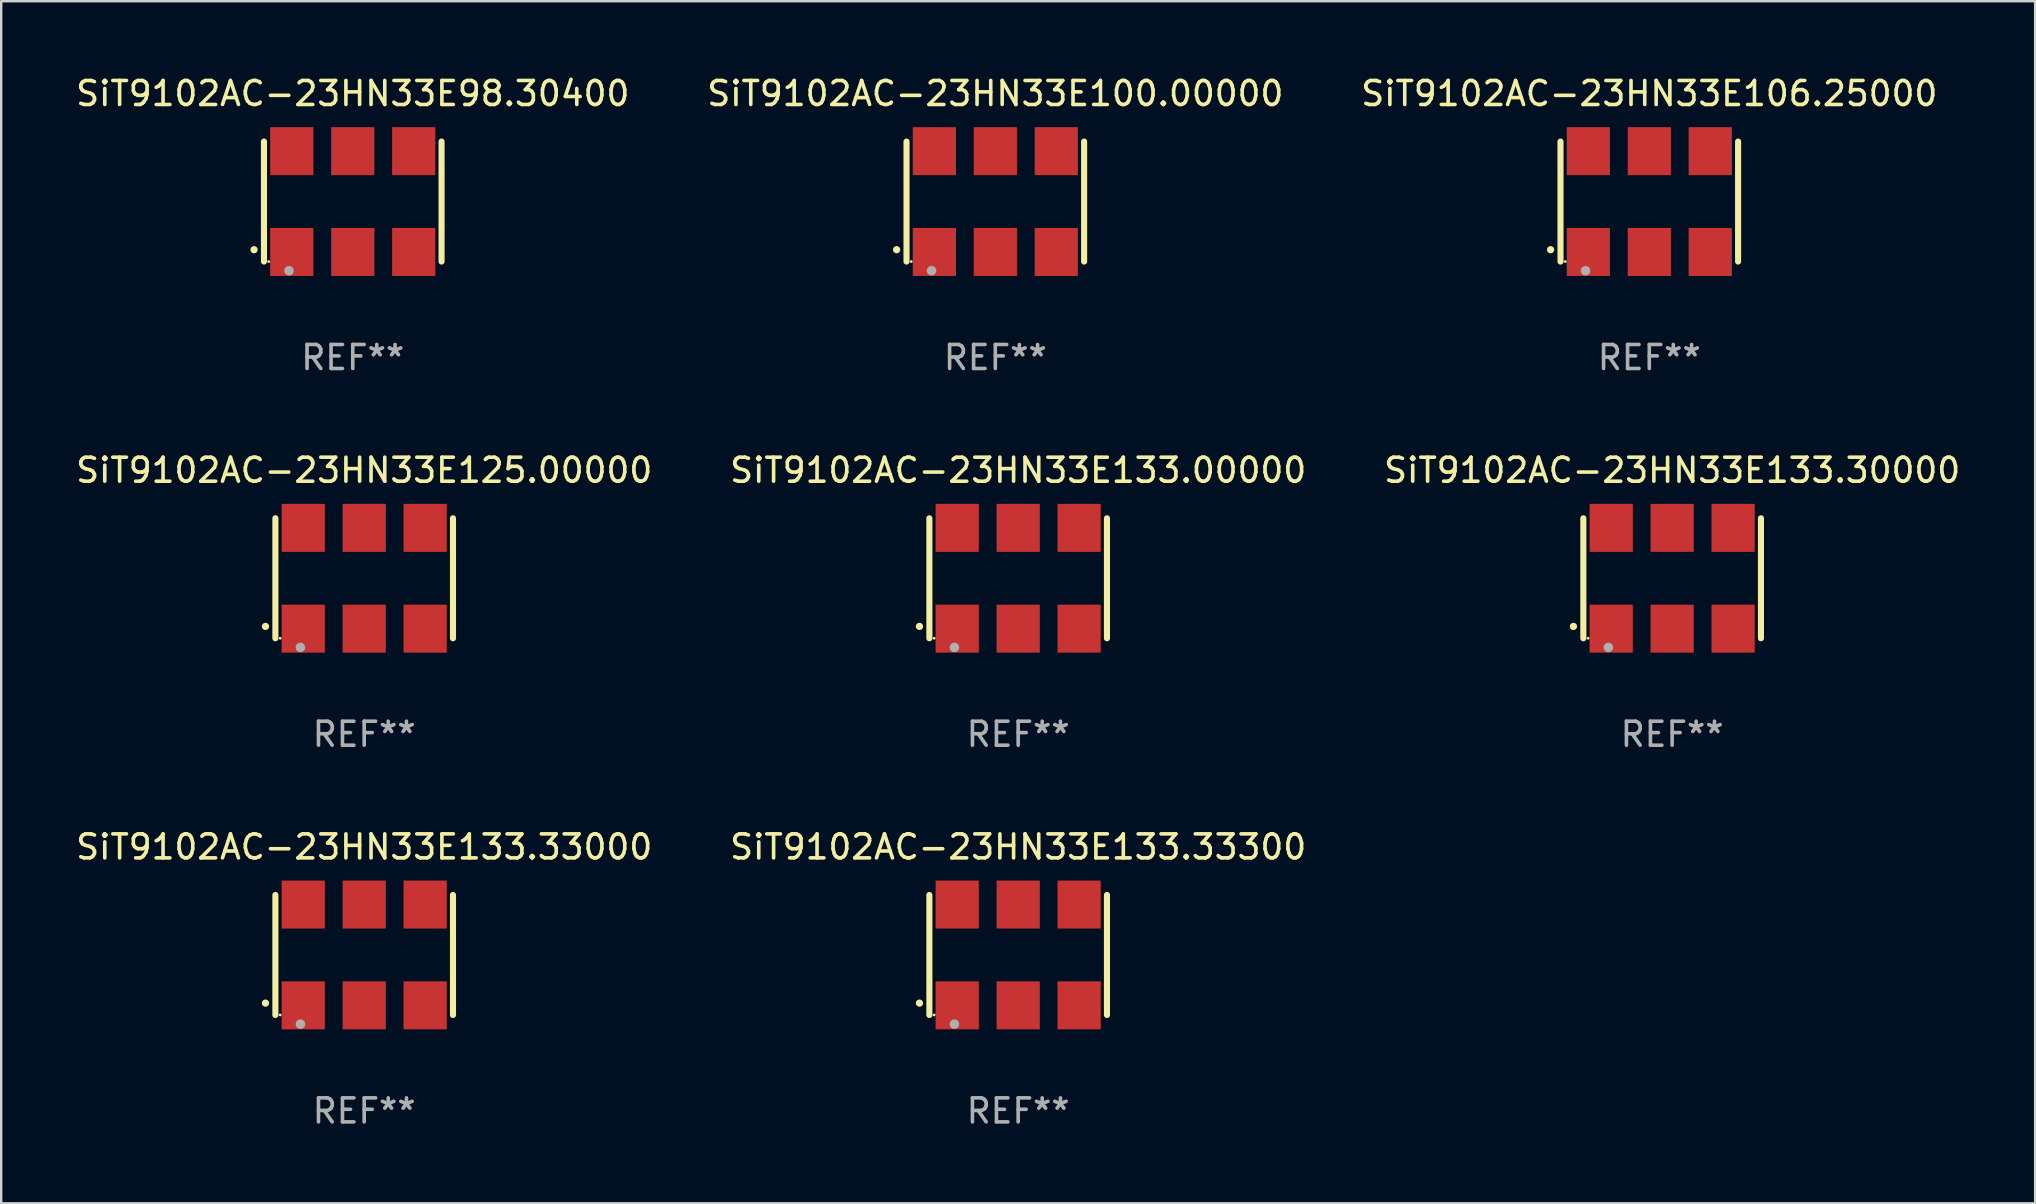
<source format=kicad_pcb>
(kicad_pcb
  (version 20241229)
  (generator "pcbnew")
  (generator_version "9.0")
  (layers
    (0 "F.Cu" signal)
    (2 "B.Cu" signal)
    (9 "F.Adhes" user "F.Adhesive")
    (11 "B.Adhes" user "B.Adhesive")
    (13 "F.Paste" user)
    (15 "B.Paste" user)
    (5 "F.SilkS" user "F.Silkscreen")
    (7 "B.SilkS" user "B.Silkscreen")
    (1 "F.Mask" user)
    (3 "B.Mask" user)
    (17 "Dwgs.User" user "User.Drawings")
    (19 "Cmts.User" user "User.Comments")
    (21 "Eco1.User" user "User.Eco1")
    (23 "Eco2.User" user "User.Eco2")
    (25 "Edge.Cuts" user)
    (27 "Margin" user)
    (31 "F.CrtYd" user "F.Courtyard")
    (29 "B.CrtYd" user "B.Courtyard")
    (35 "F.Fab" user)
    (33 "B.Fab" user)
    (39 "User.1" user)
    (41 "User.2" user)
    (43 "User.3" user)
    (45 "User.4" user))
  (footprint "SiT9102AC-23HN33E133.30000"
    (layer "F.Cu")
    (at 66.625 21.045)
    (property "Reference" "SiT9102AC-23HN33E133.30000" (at 0 -4.5 0) (layer "F.SilkS") (effects (font (size 1 1) (thickness 0.15))))
    (attr through_hole)
    (fp_line (start -3.7 -2.5) (end -3.7 2.5) (stroke (width 0.254) (type solid)) (layer "F.SilkS"))
    (fp_line (start 3.7 -2.5) (end 3.7 2.5) (stroke (width 0.254) (type solid)) (layer "F.SilkS"))
    (fp_arc (start -4.114415 2.006604) (mid -4.113145 2.006599) (end -4.111875 2.006604) (stroke (width 0.3) (type solid)) (layer "F.SilkS"))
    (fp_circle (center -3.502 2.5) (end -3.472 2.5) (stroke (width 0.06) (type solid)) (fill no) (layer "F.SilkS"))
    (fp_circle (center -2.657 2.882) (end -2.557 2.882) (stroke (width 0.2) (type solid)) (fill no) (layer "F.Fab"))
    (fp_text user "REF**" (at 0 6.5 0) (layer "F.Fab") (effects (font (size 1 1) (thickness 0.15))))
    (pad "1" smd rect (at -2.54 2.1) (size 1.8 2) (layers "F.Cu" "F.Mask" "F.Paste"))
    (pad "2" smd rect (at 0.000394 2.1) (size 1.8 2) (layers "F.Cu" "F.Mask" "F.Paste"))
    (pad "3" smd rect (at 2.54 2.1) (size 1.8 2) (layers "F.Cu" "F.Mask" "F.Paste"))
    (pad "4" smd rect (at 2.54 -2.1) (size 1.8 2) (layers "F.Cu" "F.Mask" "F.Paste"))
    (pad "5" smd rect (at 0.000394 -2.1) (size 1.8 2) (layers "F.Cu" "F.Mask" "F.Paste"))
    (pad "6" smd rect (at -2.54 -2.1) (size 1.8 2) (layers "F.Cu" "F.Mask" "F.Paste")))
  (footprint "SiT9102AC-23HN33E100.00000"
    (layer "F.Cu")
    (at 38.423 5.348)
    (property "Reference" "SiT9102AC-23HN33E100.00000" (at 0 -4.5 0) (layer "F.SilkS") (effects (font (size 1 1) (thickness 0.15))))
    (attr through_hole)
    (fp_line (start -3.7 -2.5) (end -3.7 2.5) (stroke (width 0.254) (type solid)) (layer "F.SilkS"))
    (fp_line (start 3.7 -2.5) (end 3.7 2.5) (stroke (width 0.254) (type solid)) (layer "F.SilkS"))
    (fp_arc (start -4.114415 2.006604) (mid -4.113145 2.006599) (end -4.111875 2.006604) (stroke (width 0.3) (type solid)) (layer "F.SilkS"))
    (fp_circle (center -3.502 2.5) (end -3.472 2.5) (stroke (width 0.06) (type solid)) (fill no) (layer "F.SilkS"))
    (fp_circle (center -2.657 2.882) (end -2.557 2.882) (stroke (width 0.2) (type solid)) (fill no) (layer "F.Fab"))
    (fp_text user "REF**" (at 0 6.5 0) (layer "F.Fab") (effects (font (size 1 1) (thickness 0.15))))
    (pad "1" smd rect (at -2.54 2.1) (size 1.8 2) (layers "F.Cu" "F.Mask" "F.Paste"))
    (pad "2" smd rect (at 0.000394 2.1) (size 1.8 2) (layers "F.Cu" "F.Mask" "F.Paste"))
    (pad "3" smd rect (at 2.54 2.1) (size 1.8 2) (layers "F.Cu" "F.Mask" "F.Paste"))
    (pad "4" smd rect (at 2.54 -2.1) (size 1.8 2) (layers "F.Cu" "F.Mask" "F.Paste"))
    (pad "5" smd rect (at 0.000394 -2.1) (size 1.8 2) (layers "F.Cu" "F.Mask" "F.Paste"))
    (pad "6" smd rect (at -2.54 -2.1) (size 1.8 2) (layers "F.Cu" "F.Mask" "F.Paste")))
  (footprint "SiT9102AC-23HN33E98.30400"
    (layer "F.Cu")
    (at 11.649 5.348)
    (property "Reference" "SiT9102AC-23HN33E98.30400" (at 0 -4.5 0) (layer "F.SilkS") (effects (font (size 1 1) (thickness 0.15))))
    (attr through_hole)
    (fp_line (start -3.7 -2.5) (end -3.7 2.5) (stroke (width 0.254) (type solid)) (layer "F.SilkS"))
    (fp_line (start 3.7 -2.5) (end 3.7 2.5) (stroke (width 0.254) (type solid)) (layer "F.SilkS"))
    (fp_arc (start -4.114415 2.006604) (mid -4.113145 2.006599) (end -4.111875 2.006604) (stroke (width 0.3) (type solid)) (layer "F.SilkS"))
    (fp_circle (center -3.502 2.5) (end -3.472 2.5) (stroke (width 0.06) (type solid)) (fill no) (layer "F.SilkS"))
    (fp_circle (center -2.657 2.882) (end -2.557 2.882) (stroke (width 0.2) (type solid)) (fill no) (layer "F.Fab"))
    (fp_text user "REF**" (at 0 6.5 0) (layer "F.Fab") (effects (font (size 1 1) (thickness 0.15))))
    (pad "1" smd rect (at -2.54 2.1) (size 1.8 2) (layers "F.Cu" "F.Mask" "F.Paste"))
    (pad "2" smd rect (at 0.000394 2.1) (size 1.8 2) (layers "F.Cu" "F.Mask" "F.Paste"))
    (pad "3" smd rect (at 2.54 2.1) (size 1.8 2) (layers "F.Cu" "F.Mask" "F.Paste"))
    (pad "4" smd rect (at 2.54 -2.1) (size 1.8 2) (layers "F.Cu" "F.Mask" "F.Paste"))
    (pad "5" smd rect (at 0.000394 -2.1) (size 1.8 2) (layers "F.Cu" "F.Mask" "F.Paste"))
    (pad "6" smd rect (at -2.54 -2.1) (size 1.8 2) (layers "F.Cu" "F.Mask" "F.Paste")))
  (footprint "SiT9102AC-23HN33E106.25000"
    (layer "F.Cu")
    (at 65.673 5.348)
    (property "Reference" "SiT9102AC-23HN33E106.25000" (at 0 -4.5 0) (layer "F.SilkS") (effects (font (size 1 1) (thickness 0.15))))
    (attr through_hole)
    (fp_line (start -3.7 -2.5) (end -3.7 2.5) (stroke (width 0.254) (type solid)) (layer "F.SilkS"))
    (fp_line (start 3.7 -2.5) (end 3.7 2.5) (stroke (width 0.254) (type solid)) (layer "F.SilkS"))
    (fp_arc (start -4.114415 2.006604) (mid -4.113145 2.006599) (end -4.111875 2.006604) (stroke (width 0.3) (type solid)) (layer "F.SilkS"))
    (fp_circle (center -3.502 2.5) (end -3.472 2.5) (stroke (width 0.06) (type solid)) (fill no) (layer "F.SilkS"))
    (fp_circle (center -2.657 2.882) (end -2.557 2.882) (stroke (width 0.2) (type solid)) (fill no) (layer "F.Fab"))
    (fp_text user "REF**" (at 0 6.5 0) (layer "F.Fab") (effects (font (size 1 1) (thickness 0.15))))
    (pad "1" smd rect (at -2.54 2.1) (size 1.8 2) (layers "F.Cu" "F.Mask" "F.Paste"))
    (pad "2" smd rect (at 0.000394 2.1) (size 1.8 2) (layers "F.Cu" "F.Mask" "F.Paste"))
    (pad "3" smd rect (at 2.54 2.1) (size 1.8 2) (layers "F.Cu" "F.Mask" "F.Paste"))
    (pad "4" smd rect (at 2.54 -2.1) (size 1.8 2) (layers "F.Cu" "F.Mask" "F.Paste"))
    (pad "5" smd rect (at 0.000394 -2.1) (size 1.8 2) (layers "F.Cu" "F.Mask" "F.Paste"))
    (pad "6" smd rect (at -2.54 -2.1) (size 1.8 2) (layers "F.Cu" "F.Mask" "F.Paste")))
  (footprint "SiT9102AC-23HN33E133.33300"
    (layer "F.Cu")
    (at 39.375 36.741)
    (property "Reference" "SiT9102AC-23HN33E133.33300" (at 0 -4.5 0) (layer "F.SilkS") (effects (font (size 1 1) (thickness 0.15))))
    (attr through_hole)
    (fp_line (start -3.7 -2.5) (end -3.7 2.5) (stroke (width 0.254) (type solid)) (layer "F.SilkS"))
    (fp_line (start 3.7 -2.5) (end 3.7 2.5) (stroke (width 0.254) (type solid)) (layer "F.SilkS"))
    (fp_arc (start -4.114415 2.006604) (mid -4.113145 2.006599) (end -4.111875 2.006604) (stroke (width 0.3) (type solid)) (layer "F.SilkS"))
    (fp_circle (center -3.502 2.5) (end -3.472 2.5) (stroke (width 0.06) (type solid)) (fill no) (layer "F.SilkS"))
    (fp_circle (center -2.657 2.882) (end -2.557 2.882) (stroke (width 0.2) (type solid)) (fill no) (layer "F.Fab"))
    (fp_text user "REF**" (at 0 6.5 0) (layer "F.Fab") (effects (font (size 1 1) (thickness 0.15))))
    (pad "1" smd rect (at -2.54 2.1) (size 1.8 2) (layers "F.Cu" "F.Mask" "F.Paste"))
    (pad "2" smd rect (at 0.000394 2.1) (size 1.8 2) (layers "F.Cu" "F.Mask" "F.Paste"))
    (pad "3" smd rect (at 2.54 2.1) (size 1.8 2) (layers "F.Cu" "F.Mask" "F.Paste"))
    (pad "4" smd rect (at 2.54 -2.1) (size 1.8 2) (layers "F.Cu" "F.Mask" "F.Paste"))
    (pad "5" smd rect (at 0.000394 -2.1) (size 1.8 2) (layers "F.Cu" "F.Mask" "F.Paste"))
    (pad "6" smd rect (at -2.54 -2.1) (size 1.8 2) (layers "F.Cu" "F.Mask" "F.Paste")))
  (footprint "SiT9102AC-23HN33E125.00000"
    (layer "F.Cu")
    (at 12.125 21.045)
    (property "Reference" "SiT9102AC-23HN33E125.00000" (at 0 -4.5 0) (layer "F.SilkS") (effects (font (size 1 1) (thickness 0.15))))
    (attr through_hole)
    (fp_line (start -3.7 -2.5) (end -3.7 2.5) (stroke (width 0.254) (type solid)) (layer "F.SilkS"))
    (fp_line (start 3.7 -2.5) (end 3.7 2.5) (stroke (width 0.254) (type solid)) (layer "F.SilkS"))
    (fp_arc (start -4.114415 2.006604) (mid -4.113145 2.006599) (end -4.111875 2.006604) (stroke (width 0.3) (type solid)) (layer "F.SilkS"))
    (fp_circle (center -3.502 2.5) (end -3.472 2.5) (stroke (width 0.06) (type solid)) (fill no) (layer "F.SilkS"))
    (fp_circle (center -2.657 2.882) (end -2.557 2.882) (stroke (width 0.2) (type solid)) (fill no) (layer "F.Fab"))
    (fp_text user "REF**" (at 0 6.5 0) (layer "F.Fab") (effects (font (size 1 1) (thickness 0.15))))
    (pad "1" smd rect (at -2.54 2.1) (size 1.8 2) (layers "F.Cu" "F.Mask" "F.Paste"))
    (pad "2" smd rect (at 0.000394 2.1) (size 1.8 2) (layers "F.Cu" "F.Mask" "F.Paste"))
    (pad "3" smd rect (at 2.54 2.1) (size 1.8 2) (layers "F.Cu" "F.Mask" "F.Paste"))
    (pad "4" smd rect (at 2.54 -2.1) (size 1.8 2) (layers "F.Cu" "F.Mask" "F.Paste"))
    (pad "5" smd rect (at 0.000394 -2.1) (size 1.8 2) (layers "F.Cu" "F.Mask" "F.Paste"))
    (pad "6" smd rect (at -2.54 -2.1) (size 1.8 2) (layers "F.Cu" "F.Mask" "F.Paste")))
  (footprint "SiT9102AC-23HN33E133.00000"
    (layer "F.Cu")
    (at 39.375 21.045)
    (property "Reference" "SiT9102AC-23HN33E133.00000" (at 0 -4.5 0) (layer "F.SilkS") (effects (font (size 1 1) (thickness 0.15))))
    (attr through_hole)
    (fp_line (start -3.7 -2.5) (end -3.7 2.5) (stroke (width 0.254) (type solid)) (layer "F.SilkS"))
    (fp_line (start 3.7 -2.5) (end 3.7 2.5) (stroke (width 0.254) (type solid)) (layer "F.SilkS"))
    (fp_arc (start -4.114415 2.006604) (mid -4.113145 2.006599) (end -4.111875 2.006604) (stroke (width 0.3) (type solid)) (layer "F.SilkS"))
    (fp_circle (center -3.502 2.5) (end -3.472 2.5) (stroke (width 0.06) (type solid)) (fill no) (layer "F.SilkS"))
    (fp_circle (center -2.657 2.882) (end -2.557 2.882) (stroke (width 0.2) (type solid)) (fill no) (layer "F.Fab"))
    (fp_text user "REF**" (at 0 6.5 0) (layer "F.Fab") (effects (font (size 1 1) (thickness 0.15))))
    (pad "1" smd rect (at -2.54 2.1) (size 1.8 2) (layers "F.Cu" "F.Mask" "F.Paste"))
    (pad "2" smd rect (at 0.000394 2.1) (size 1.8 2) (layers "F.Cu" "F.Mask" "F.Paste"))
    (pad "3" smd rect (at 2.54 2.1) (size 1.8 2) (layers "F.Cu" "F.Mask" "F.Paste"))
    (pad "4" smd rect (at 2.54 -2.1) (size 1.8 2) (layers "F.Cu" "F.Mask" "F.Paste"))
    (pad "5" smd rect (at 0.000394 -2.1) (size 1.8 2) (layers "F.Cu" "F.Mask" "F.Paste"))
    (pad "6" smd rect (at -2.54 -2.1) (size 1.8 2) (layers "F.Cu" "F.Mask" "F.Paste")))
  (footprint "SiT9102AC-23HN33E133.33000"
    (layer "F.Cu")
    (at 12.125 36.741)
    (property "Reference" "SiT9102AC-23HN33E133.33000" (at 0 -4.5 0) (layer "F.SilkS") (effects (font (size 1 1) (thickness 0.15))))
    (attr through_hole)
    (fp_line (start -3.7 -2.5) (end -3.7 2.5) (stroke (width 0.254) (type solid)) (layer "F.SilkS"))
    (fp_line (start 3.7 -2.5) (end 3.7 2.5) (stroke (width 0.254) (type solid)) (layer "F.SilkS"))
    (fp_arc (start -4.114415 2.006604) (mid -4.113145 2.006599) (end -4.111875 2.006604) (stroke (width 0.3) (type solid)) (layer "F.SilkS"))
    (fp_circle (center -3.502 2.5) (end -3.472 2.5) (stroke (width 0.06) (type solid)) (fill no) (layer "F.SilkS"))
    (fp_circle (center -2.657 2.882) (end -2.557 2.882) (stroke (width 0.2) (type solid)) (fill no) (layer "F.Fab"))
    (fp_text user "REF**" (at 0 6.5 0) (layer "F.Fab") (effects (font (size 1 1) (thickness 0.15))))
    (pad "1" smd rect (at -2.54 2.1) (size 1.8 2) (layers "F.Cu" "F.Mask" "F.Paste"))
    (pad "2" smd rect (at 0.000394 2.1) (size 1.8 2) (layers "F.Cu" "F.Mask" "F.Paste"))
    (pad "3" smd rect (at 2.54 2.1) (size 1.8 2) (layers "F.Cu" "F.Mask" "F.Paste"))
    (pad "4" smd rect (at 2.54 -2.1) (size 1.8 2) (layers "F.Cu" "F.Mask" "F.Paste"))
    (pad "5" smd rect (at 0.000394 -2.1) (size 1.8 2) (layers "F.Cu" "F.Mask" "F.Paste"))
    (pad "6" smd rect (at -2.54 -2.1) (size 1.8 2) (layers "F.Cu" "F.Mask" "F.Paste")))
  (gr_rect
    (start -3 -3)
    (end 81.75 47.09)
    (stroke (width 0.1) (type default))
    (fill no)
    (layer "Edge.Cuts")))
</source>
